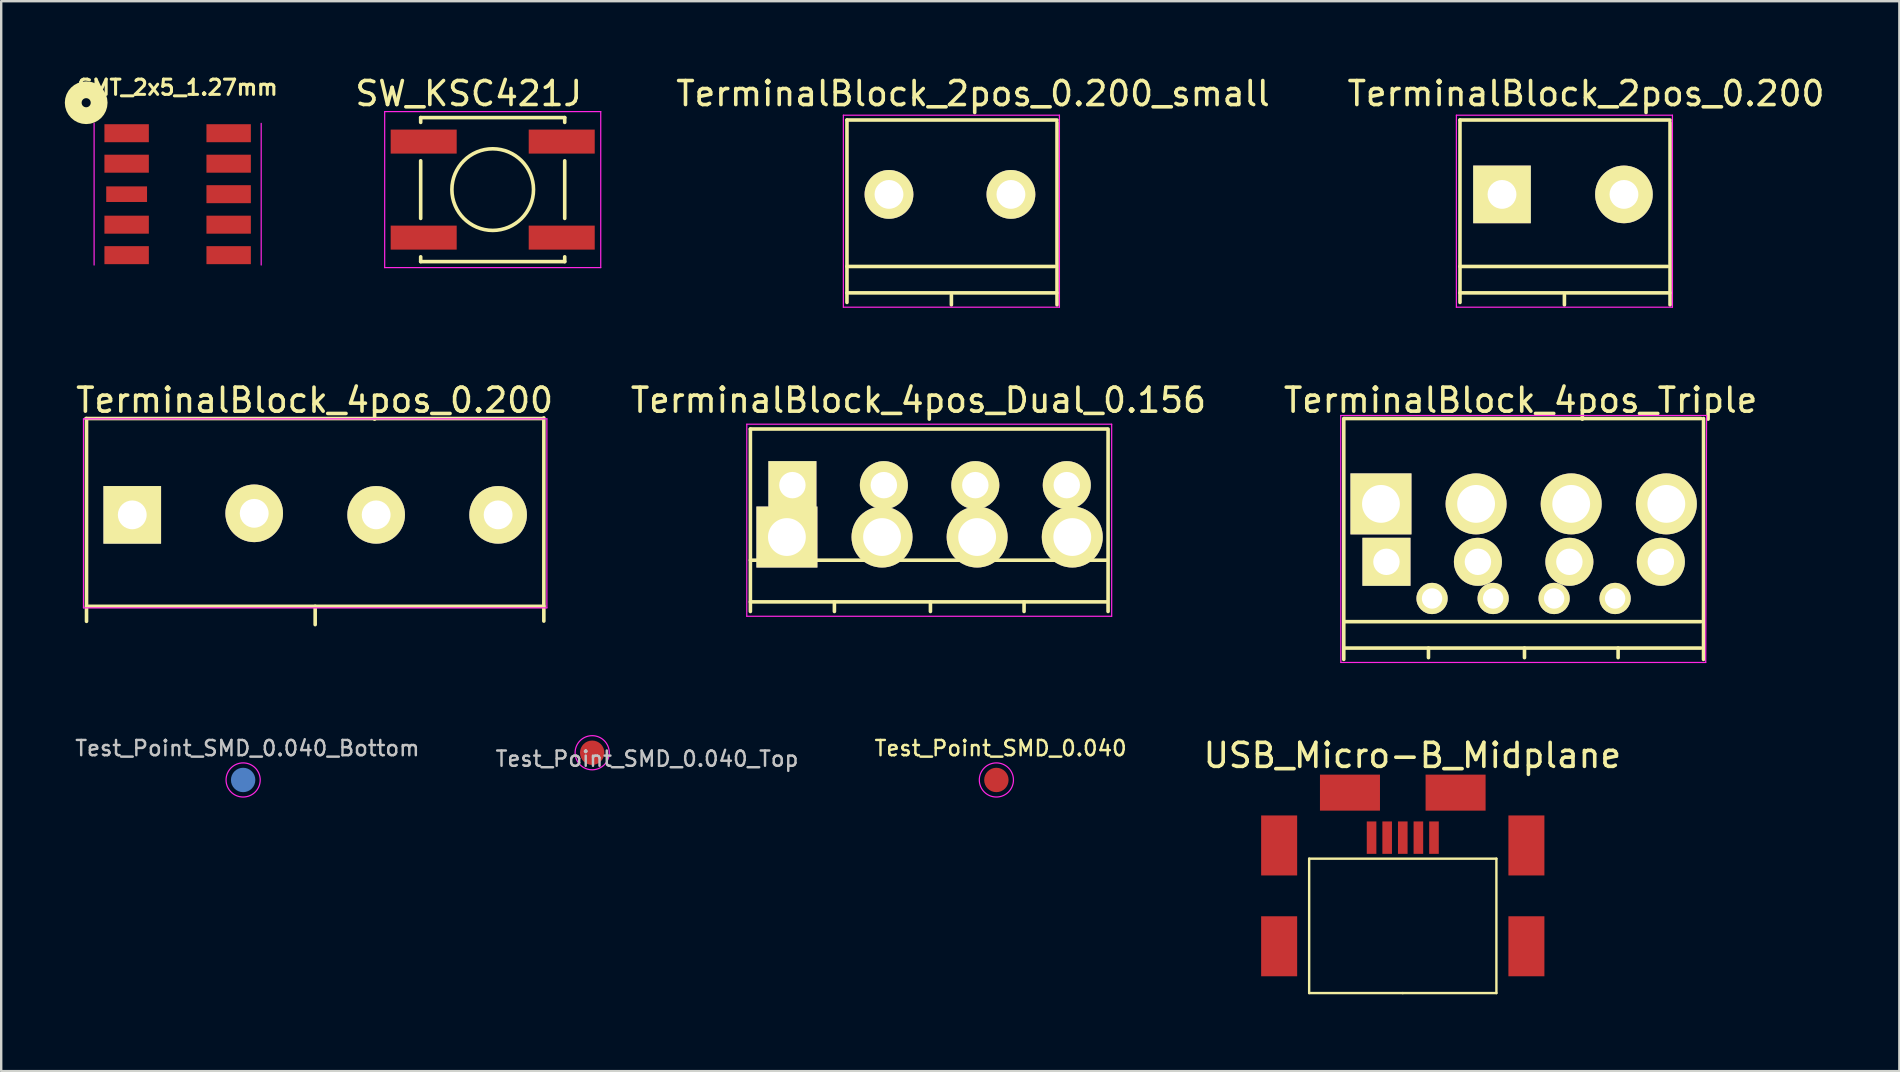
<source format=kicad_pcb>
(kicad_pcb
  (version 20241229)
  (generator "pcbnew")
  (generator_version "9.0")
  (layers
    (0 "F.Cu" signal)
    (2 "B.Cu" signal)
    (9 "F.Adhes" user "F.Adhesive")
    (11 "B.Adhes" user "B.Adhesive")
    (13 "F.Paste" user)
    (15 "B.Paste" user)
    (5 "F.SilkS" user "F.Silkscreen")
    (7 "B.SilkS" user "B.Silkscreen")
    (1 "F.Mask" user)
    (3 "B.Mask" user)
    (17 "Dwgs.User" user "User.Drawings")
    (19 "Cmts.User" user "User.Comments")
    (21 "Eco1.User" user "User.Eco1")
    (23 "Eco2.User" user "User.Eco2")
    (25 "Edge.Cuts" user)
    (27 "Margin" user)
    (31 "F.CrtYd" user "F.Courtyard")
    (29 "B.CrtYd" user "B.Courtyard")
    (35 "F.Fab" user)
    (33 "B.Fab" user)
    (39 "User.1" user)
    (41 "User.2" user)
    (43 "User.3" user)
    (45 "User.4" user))
  (footprint "Test_Point_SMD_0.040_Bottom"
    (layer "F.Cu")
    (at 7.078 29.44)
    (property "Reference" "Test_Point_SMD_0.040_Bottom" (at 0.178 -1.321 0) (layer "Dwgs.User") (effects (font (size 0.635 0.635) (thickness 0.102))))
    (attr exclude_from_pos_files exclude_from_bom)
    (fp_circle (center 0 0) (end 0.711 0) (stroke (width 0.05) (type solid)) (fill no) (layer "F.CrtYd"))
    (pad "1" smd circle (at 0 0) (size 1.016 1.016) (layers "B.Cu" "B.Mask")))
  (footprint "TerminalBlock_4pos_Triple"
    (layer "F.Cu")
    (at 60.419 19.845)
    (property "Reference" "TerminalBlock_4pos_Triple" (at -0.127 -6.223 0) (layer "F.SilkS") (effects (font (size 1 1) (thickness 0.15))))
    (attr through_hole)
    (fp_line (start -7.493 -5.461) (end -7.493 4.572) (stroke (width 0.15) (type solid)) (layer "F.SilkS"))
    (fp_line (start -7.465 3) (end 7.385 3) (stroke (width 0.15) (type solid)) (layer "F.SilkS"))
    (fp_line (start -7.465 4.1) (end 7.385 4.1) (stroke (width 0.15) (type solid)) (layer "F.SilkS"))
    (fp_line (start -3.965 4.1) (end -3.965 4.5) (stroke (width 0.15) (type solid)) (layer "F.SilkS"))
    (fp_line (start 0.035 4.1) (end 0.035 4.5) (stroke (width 0.15) (type solid)) (layer "F.SilkS"))
    (fp_line (start 3.935 4.1) (end 3.935 4.5) (stroke (width 0.15) (type solid)) (layer "F.SilkS"))
    (fp_line (start 7.385 -5.461) (end -7.465 -5.461) (stroke (width 0.15) (type solid)) (layer "F.SilkS"))
    (fp_line (start 7.493 4.572) (end 7.493 -5.461) (stroke (width 0.15) (type solid)) (layer "F.SilkS"))
    (fp_line (start -7.615 -5.588) (end 7.585 -5.588) (stroke (width 0.05) (type solid)) (layer "F.CrtYd"))
    (fp_line (start -7.615 4.7) (end -7.62 -5.588) (stroke (width 0.05) (type solid)) (layer "F.CrtYd"))
    (fp_line (start 7.585 4.7) (end -7.615 4.7) (stroke (width 0.05) (type solid)) (layer "F.CrtYd"))
    (fp_line (start 7.62 -5.588) (end 7.585 4.7) (stroke (width 0.05) (type solid)) (layer "F.CrtYd"))
    (pad "1" thru_hole rect (at -5.944 -1.905) (size 2.54 2.54) (drill 1.575) (layers "*.Cu" "*.Mask" "F.SilkS"))
    (pad "1" thru_hole rect (at -5.715 0.508) (size 2 2) (drill 1.1) (layers "*.Cu" "*.Mask" "F.SilkS"))
    (pad "1" thru_hole circle (at -3.815 2.035) (size 1.3 1.3) (drill 0.85) (layers "*.Cu" "*.Mask" "F.SilkS"))
    (pad "2" thru_hole circle (at -1.981 -1.905) (size 2.54 2.54) (drill 1.575) (layers "*.Cu" "*.Mask" "F.SilkS"))
    (pad "2" thru_hole circle (at -1.905 0.508) (size 2 2) (drill 1.1) (layers "*.Cu" "*.Mask" "F.SilkS"))
    (pad "2" thru_hole circle (at -1.27 2.035) (size 1.3 1.3) (drill 0.85) (layers "*.Cu" "*.Mask" "F.SilkS"))
    (pad "3" thru_hole circle (at 1.27 2.035) (size 1.3 1.3) (drill 0.85) (layers "*.Cu" "*.Mask" "F.SilkS"))
    (pad "3" thru_hole circle (at 1.905 0.508) (size 2 2) (drill 1.1) (layers "*.Cu" "*.Mask" "F.SilkS"))
    (pad "3" thru_hole circle (at 1.981 -1.905) (size 2.54 2.54) (drill 1.575) (layers "*.Cu" "*.Mask" "F.SilkS"))
    (pad "4" thru_hole circle (at 3.81 2.035) (size 1.3 1.3) (drill 0.85) (layers "*.Cu" "*.Mask" "F.SilkS"))
    (pad "4" thru_hole circle (at 5.715 0.508) (size 2 2) (drill 1.1) (layers "*.Cu" "*.Mask" "F.SilkS"))
    (pad "4" thru_hole circle (at 5.944 -1.905) (size 2.54 2.54) (drill 1.575) (layers "*.Cu" "*.Mask" "F.SilkS")))
  (footprint "SMT_2x5_1.27mm"
    (layer "F.Cu")
    (at 4.35 5.039)
    (property "Reference" "SMT_2x5_1.27mm" (at 0 -4.445 0) (layer "F.SilkS") (effects (font (size 0.635 0.635) (thickness 0.127))))
    (attr smd)
    (fp_circle (center -3.81 -3.81) (end -4 -3.81) (stroke (width 0.7) (type solid)) (fill no) (layer "F.SilkS"))
    (fp_line (start -3.48 -2.95) (end -3.48 2.95) (stroke (width 0.05) (type solid)) (layer "F.CrtYd"))
    (fp_line (start 3.48 -2.95) (end 3.48 2.95) (stroke (width 0.05) (type solid)) (layer "F.CrtYd"))
    (pad "1" smd rect (at -2.125 -2.54) (size 1.85 0.75) (layers "F.Cu" "F.Mask" "F.Paste"))
    (pad "2" smd rect (at 2.125 -2.54) (size 1.85 0.75) (layers "F.Cu" "F.Mask" "F.Paste"))
    (pad "3" smd rect (at -2.125 -1.27) (size 1.85 0.75) (layers "F.Cu" "F.Mask" "F.Paste"))
    (pad "4" smd rect (at 2.125 -1.27) (size 1.85 0.75) (layers "F.Cu" "F.Mask" "F.Paste"))
    (pad "5" smd rect (at -2.125 0) (size 1.7 0.65) (layers "F.Cu" "F.Mask" "F.Paste"))
    (pad "6" smd rect (at 2.125 0) (size 1.85 0.75) (layers "F.Cu" "F.Mask" "F.Paste"))
    (pad "7" smd rect (at -2.125 1.27) (size 1.85 0.75) (layers "F.Cu" "F.Mask" "F.Paste"))
    (pad "8" smd rect (at 2.125 1.27) (size 1.85 0.75) (layers "F.Cu" "F.Mask" "F.Paste"))
    (pad "9" smd rect (at -2.125 2.54) (size 1.85 0.75) (layers "F.Cu" "F.Mask" "F.Paste"))
    (pad "10" smd rect (at 2.125 2.54) (size 1.85 0.75) (layers "F.Cu" "F.Mask" "F.Paste")))
  (footprint "TerminalBlock_2pos_0.200"
    (layer "F.Cu")
    (at 62.057 5.112)
    (property "Reference" "TerminalBlock_2pos_0.200" (at 0.96 -4.263 0) (layer "F.SilkS") (effects (font (size 1 1) (thickness 0.15))))
    (attr through_hole)
    (fp_line (start -4.29 -3.163) (end -4.29 4.436) (stroke (width 0.15) (type solid)) (layer "F.SilkS"))
    (fp_line (start -4.29 2.937) (end 4.36 2.937) (stroke (width 0.15) (type solid)) (layer "F.SilkS"))
    (fp_line (start -4.29 4.037) (end 4.46 4.037) (stroke (width 0.15) (type solid)) (layer "F.SilkS"))
    (fp_line (start 0.06 4.136) (end 0.06 4.537) (stroke (width 0.15) (type solid)) (layer "F.SilkS"))
    (fp_line (start 4.46 -3.163) (end -4.29 -3.163) (stroke (width 0.15) (type solid)) (layer "F.SilkS"))
    (fp_line (start 4.46 4.537) (end 4.46 -3.063) (stroke (width 0.15) (type solid)) (layer "F.SilkS"))
    (fp_line (start -4.44 -3.364) (end 4.56 -3.364) (stroke (width 0.05) (type solid)) (layer "F.CrtYd"))
    (fp_line (start -4.44 4.636) (end -4.44 -3.364) (stroke (width 0.05) (type solid)) (layer "F.CrtYd"))
    (fp_line (start 4.56 -3.364) (end 4.56 4.636) (stroke (width 0.05) (type solid)) (layer "F.CrtYd"))
    (fp_line (start 4.56 4.636) (end -4.44 4.636) (stroke (width 0.05) (type solid)) (layer "F.CrtYd"))
    (pad "1" thru_hole rect (at -2.54 -0.064) (size 2.4 2.4) (drill 1.2) (layers "*.Cu" "*.Mask" "F.SilkS"))
    (pad "2" thru_hole circle (at 2.54 -0.064) (size 2.4 2.4) (drill 1.2) (layers "*.Cu" "*.Mask" "F.SilkS")))
  (footprint "TerminalBlock_4pos_Dual_0.156"
    (layer "F.Cu")
    (at 35.673 18.556)
    (property "Reference" "TerminalBlock_4pos_Dual_0.156" (at -0.465 -4.935 0) (layer "F.SilkS") (effects (font (size 1 1) (thickness 0.15))))
    (attr through_hole)
    (fp_line (start -7.465 -3.735) (end -7.465 3.865) (stroke (width 0.15) (type solid)) (layer "F.SilkS"))
    (fp_line (start -7.465 1.73) (end 7.385 1.73) (stroke (width 0.15) (type solid)) (layer "F.SilkS"))
    (fp_line (start -7.465 3.465) (end 7.385 3.465) (stroke (width 0.15) (type solid)) (layer "F.SilkS"))
    (fp_line (start -3.965 3.465) (end -3.965 3.865) (stroke (width 0.15) (type solid)) (layer "F.SilkS"))
    (fp_line (start 0.035 3.465) (end 0.035 3.865) (stroke (width 0.15) (type solid)) (layer "F.SilkS"))
    (fp_line (start 3.935 3.465) (end 3.935 3.865) (stroke (width 0.15) (type solid)) (layer "F.SilkS"))
    (fp_line (start 7.385 -3.735) (end -7.465 -3.735) (stroke (width 0.15) (type solid)) (layer "F.SilkS"))
    (fp_line (start 7.435 3.865) (end 7.435 -3.735) (stroke (width 0.15) (type solid)) (layer "F.SilkS"))
    (fp_line (start -7.615 -3.935) (end 7.585 -3.935) (stroke (width 0.05) (type solid)) (layer "F.CrtYd"))
    (fp_line (start -7.615 4.065) (end -7.615 -3.935) (stroke (width 0.05) (type solid)) (layer "F.CrtYd"))
    (fp_line (start 7.585 -3.935) (end 7.585 4.065) (stroke (width 0.05) (type solid)) (layer "F.CrtYd"))
    (fp_line (start 7.585 4.065) (end -7.615 4.065) (stroke (width 0.05) (type solid)) (layer "F.CrtYd"))
    (pad "1" thru_hole rect (at -5.944 0.765) (size 2.54 2.54) (drill 1.575) (layers "*.Cu" "*.Mask" "F.SilkS"))
    (pad "1" thru_hole rect (at -5.715 -1.397) (size 2 2) (drill 1.1) (layers "*.Cu" "*.Mask" "F.SilkS"))
    (pad "2" thru_hole circle (at -1.981 0.765) (size 2.54 2.54) (drill 1.575) (layers "*.Cu" "*.Mask" "F.SilkS"))
    (pad "2" thru_hole circle (at -1.905 -1.397) (size 2 2) (drill 1.1) (layers "*.Cu" "*.Mask" "F.SilkS"))
    (pad "3" thru_hole circle (at 1.905 -1.397) (size 2 2) (drill 1.1) (layers "*.Cu" "*.Mask" "F.SilkS"))
    (pad "3" thru_hole circle (at 1.981 0.765) (size 2.54 2.54) (drill 1.575) (layers "*.Cu" "*.Mask" "F.SilkS"))
    (pad "4" thru_hole circle (at 5.715 -1.397) (size 2 2) (drill 1.1) (layers "*.Cu" "*.Mask" "F.SilkS"))
    (pad "4" thru_hole circle (at 5.944 0.765) (size 2.54 2.54) (drill 1.575) (layers "*.Cu" "*.Mask" "F.SilkS")))
  (footprint "SW_KSC421J"
    (layer "F.Cu")
    (at 17.474 4.848)
    (property "Reference" "SW_KSC421J" (at -1 -4 0) (layer "F.SilkS") (effects (font (size 1 1) (thickness 0.15))))
    (attr smd)
    (fp_line (start -3 -3) (end -3 -2.8) (stroke (width 0.15) (type solid)) (layer "F.SilkS"))
    (fp_line (start -3 -1.2) (end -3 1.2) (stroke (width 0.15) (type solid)) (layer "F.SilkS"))
    (fp_line (start -3 3) (end -3 2.8) (stroke (width 0.15) (type solid)) (layer "F.SilkS"))
    (fp_line (start -3 3) (end 3 3) (stroke (width 0.15) (type solid)) (layer "F.SilkS"))
    (fp_line (start 3 -3) (end -3 -3) (stroke (width 0.15) (type solid)) (layer "F.SilkS"))
    (fp_line (start 3 -3) (end 3 -2.8) (stroke (width 0.15) (type solid)) (layer "F.SilkS"))
    (fp_line (start 3 -1.2) (end 3 1.2) (stroke (width 0.15) (type solid)) (layer "F.SilkS"))
    (fp_line (start 3 3) (end 3 2.8) (stroke (width 0.15) (type solid)) (layer "F.SilkS"))
    (fp_circle (center 0 0) (end 1.7 0) (stroke (width 0.15) (type solid)) (fill no) (layer "F.SilkS"))
    (fp_line (start -4.5 -3.25) (end 4.5 -3.25) (stroke (width 0.05) (type solid)) (layer "F.CrtYd"))
    (fp_line (start -4.5 3.25) (end -4.5 -3.25) (stroke (width 0.05) (type solid)) (layer "F.CrtYd"))
    (fp_line (start 4.5 -3.25) (end 4.5 3.25) (stroke (width 0.05) (type solid)) (layer "F.CrtYd"))
    (fp_line (start 4.5 3.25) (end -4.5 3.25) (stroke (width 0.05) (type solid)) (layer "F.CrtYd"))
    (pad "1" smd rect (at -2.875 -2) (size 2.75 1) (layers "F.Cu" "F.Mask" "F.Paste"))
    (pad "1" smd rect (at 2.875 -2) (size 2.75 1) (layers "F.Cu" "F.Mask" "F.Paste"))
    (pad "2" smd rect (at -2.875 2) (size 2.75 1) (layers "F.Cu" "F.Mask" "F.Paste"))
    (pad "2" smd rect (at 2.875 2) (size 2.75 1) (layers "F.Cu" "F.Mask" "F.Paste")))
  (footprint "Test_Point_SMD_0.040"
    (layer "F.Cu")
    (at 38.455 29.44)
    (property "Reference" "Test_Point_SMD_0.040" (at 0.178 -1.321 0) (layer "F.SilkS") (effects (font (size 0.635 0.635) (thickness 0.102))))
    (attr exclude_from_pos_files exclude_from_bom)
    (fp_circle (center 0 0) (end 0.711 0) (stroke (width 0.05) (type solid)) (fill no) (layer "F.CrtYd"))
    (pad "1" smd circle (at 0 0) (size 1.016 1.016) (layers "F.Cu" "F.Mask")))
  (footprint "Test_Point_SMD_0.040_Top"
    (layer "F.Cu")
    (at 21.618 28.306)
    (property "Reference" "Test_Point_SMD_0.040_Top" (at 2.286 0.254 0) (layer "Dwgs.User") (effects (font (size 0.635 0.635) (thickness 0.102))))
    (attr exclude_from_pos_files exclude_from_bom)
    (fp_circle (center 0 0) (end 0.711 0) (stroke (width 0.05) (type solid)) (fill no) (layer "F.CrtYd"))
    (pad "1" smd circle (at 0 0) (size 1.016 1.016) (layers "F.Cu" "F.Mask")))
  (footprint "USB_Micro-B_Midplane"
    (layer "F.Cu")
    (at 55.384 38.318)
    (property "Reference" "USB_Micro-B_Midplane" (at 0.4 -9.9 0) (layer "F.SilkS") (effects (font (size 1 1) (thickness 0.15))))
    (attr smd)
    (fp_line (start -3.9 -5.6) (end 3.9 -5.6) (stroke (width 0.1) (type solid)) (layer "F.SilkS"))
    (fp_line (start -3.9 0) (end -3.9 -5.6) (stroke (width 0.1) (type solid)) (layer "F.SilkS"))
    (fp_line (start 0 0) (end -3.9 0) (stroke (width 0.1) (type solid)) (layer "F.SilkS"))
    (fp_line (start 3.9 -5.6) (end 3.9 0) (stroke (width 0.1) (type solid)) (layer "F.SilkS"))
    (fp_line (start 3.9 0) (end 0 0) (stroke (width 0.1) (type solid)) (layer "F.SilkS"))
    (pad "1" connect rect (at -1.3 -6.475 90) (size 1.35 0.4) (layers "F.Cu" "F.Mask"))
    (pad "2" smd rect (at -0.65 -6.475 90) (size 1.35 0.4) (layers "F.Cu" "F.Mask" "F.Paste"))
    (pad "3" smd rect (at 0 -6.475 90) (size 1.35 0.4) (layers "F.Cu" "F.Mask" "F.Paste"))
    (pad "4" smd rect (at 0.65 -6.475 90) (size 1.35 0.4) (layers "F.Cu" "F.Mask" "F.Paste"))
    (pad "5" smd rect (at 1.3 -6.475 90) (size 1.35 0.4) (layers "F.Cu" "F.Mask" "F.Paste"))
    (pad "6" smd rect (at -5.15 -6.15) (size 1.5 2.5) (layers "F.Cu" "F.Mask" "F.Paste"))
    (pad "6" smd rect (at -5.15 -1.95) (size 1.5 2.5) (layers "F.Cu" "F.Mask" "F.Paste"))
    (pad "6" smd rect (at -2.2 -8.35) (size 2.5 1.5) (layers "F.Cu" "F.Mask" "F.Paste"))
    (pad "6" smd rect (at 2.2 -8.35) (size 2.5 1.5) (layers "F.Cu" "F.Mask" "F.Paste"))
    (pad "6" smd rect (at 5.15 -6.15) (size 1.5 2.5) (layers "F.Cu" "F.Mask" "F.Paste"))
    (pad "6" smd rect (at 5.15 -1.95) (size 1.5 2.5) (layers "F.Cu" "F.Mask" "F.Paste")))
  (footprint "TerminalBlock_4pos_0.200"
    (layer "F.Cu")
    (at 10.079 18.397)
    (property "Reference" "TerminalBlock_4pos_0.200" (at -0.025 -4.775 0) (layer "F.SilkS") (effects (font (size 1 1) (thickness 0.15))))
    (attr through_hole)
    (fp_line (start -9.525 -4.013) (end -9.525 4.436) (stroke (width 0.15) (type solid)) (layer "F.SilkS"))
    (fp_line (start -9.525 3.81) (end 9.525 3.81) (stroke (width 0.15) (type solid)) (layer "F.SilkS"))
    (fp_line (start 0 3.81) (end 0 4.572) (stroke (width 0.15) (type solid)) (layer "F.SilkS"))
    (fp_line (start 9.5 -4.013) (end -9.55 -4.013) (stroke (width 0.15) (type solid)) (layer "F.SilkS"))
    (fp_line (start 9.525 4.425) (end 9.525 -4.039) (stroke (width 0.15) (type solid)) (layer "F.SilkS"))
    (fp_line (start -9.652 -4) (end 9.652 -4) (stroke (width 0.05) (type solid)) (layer "F.CrtYd"))
    (fp_line (start -9.652 3.873) (end -9.652 -4) (stroke (width 0.05) (type solid)) (layer "F.CrtYd"))
    (fp_line (start 9.652 -4) (end 9.652 3.873) (stroke (width 0.05) (type solid)) (layer "F.CrtYd"))
    (fp_line (start 9.652 3.873) (end -9.652 3.873) (stroke (width 0.05) (type solid)) (layer "F.CrtYd"))
    (pad "1" thru_hole rect (at -7.62 0) (size 2.4 2.4) (drill 1.2) (layers "*.Cu" "*.Mask" "F.SilkS"))
    (pad "2" thru_hole circle (at -2.54 -0.064) (size 2.4 2.4) (drill 1.2) (layers "*.Cu" "*.Mask" "F.SilkS"))
    (pad "3" thru_hole circle (at 2.54 0) (size 2.4 2.4) (drill 1.2) (layers "*.Cu" "*.Mask" "F.SilkS"))
    (pad "4" thru_hole circle (at 7.62 0) (size 2.4 2.4) (drill 1.2) (layers "*.Cu" "*.Mask" "F.SilkS")))
  (footprint "TerminalBlock_2pos_0.200_small"
    (layer "F.Cu")
    (at 36.521 5.112)
    (property "Reference" "TerminalBlock_2pos_0.200_small" (at 0.96 -4.263 0) (layer "F.SilkS") (effects (font (size 1 1) (thickness 0.15))))
    (attr through_hole)
    (fp_line (start -4.29 -3.163) (end -4.29 4.436) (stroke (width 0.15) (type solid)) (layer "F.SilkS"))
    (fp_line (start -4.29 2.937) (end 4.36 2.937) (stroke (width 0.15) (type solid)) (layer "F.SilkS"))
    (fp_line (start -4.29 4.037) (end 4.46 4.037) (stroke (width 0.15) (type solid)) (layer "F.SilkS"))
    (fp_line (start 0.06 4.136) (end 0.06 4.537) (stroke (width 0.15) (type solid)) (layer "F.SilkS"))
    (fp_line (start 4.46 -3.163) (end -4.29 -3.163) (stroke (width 0.15) (type solid)) (layer "F.SilkS"))
    (fp_line (start 4.46 4.537) (end 4.46 -3.063) (stroke (width 0.15) (type solid)) (layer "F.SilkS"))
    (fp_line (start -4.44 -3.364) (end 4.56 -3.364) (stroke (width 0.05) (type solid)) (layer "F.CrtYd"))
    (fp_line (start -4.44 4.636) (end -4.44 -3.364) (stroke (width 0.05) (type solid)) (layer "F.CrtYd"))
    (fp_line (start 4.56 -3.364) (end 4.56 4.636) (stroke (width 0.05) (type solid)) (layer "F.CrtYd"))
    (fp_line (start 4.56 4.636) (end -4.44 4.636) (stroke (width 0.05) (type solid)) (layer "F.CrtYd"))
    (pad "1" thru_hole circle (at -2.54 -0.064) (size 2.032 2.032) (drill 1.2) (layers "*.Cu" "*.Mask" "F.SilkS"))
    (pad "2" thru_hole circle (at 2.54 -0.064) (size 2.032 2.032) (drill 1.2) (layers "*.Cu" "*.Mask" "F.SilkS")))
  (gr_rect
    (start -3 -3)
    (end 76.07 41.568)
    (stroke (width 0.1) (type default))
    (fill no)
    (layer "Edge.Cuts")))
</source>
